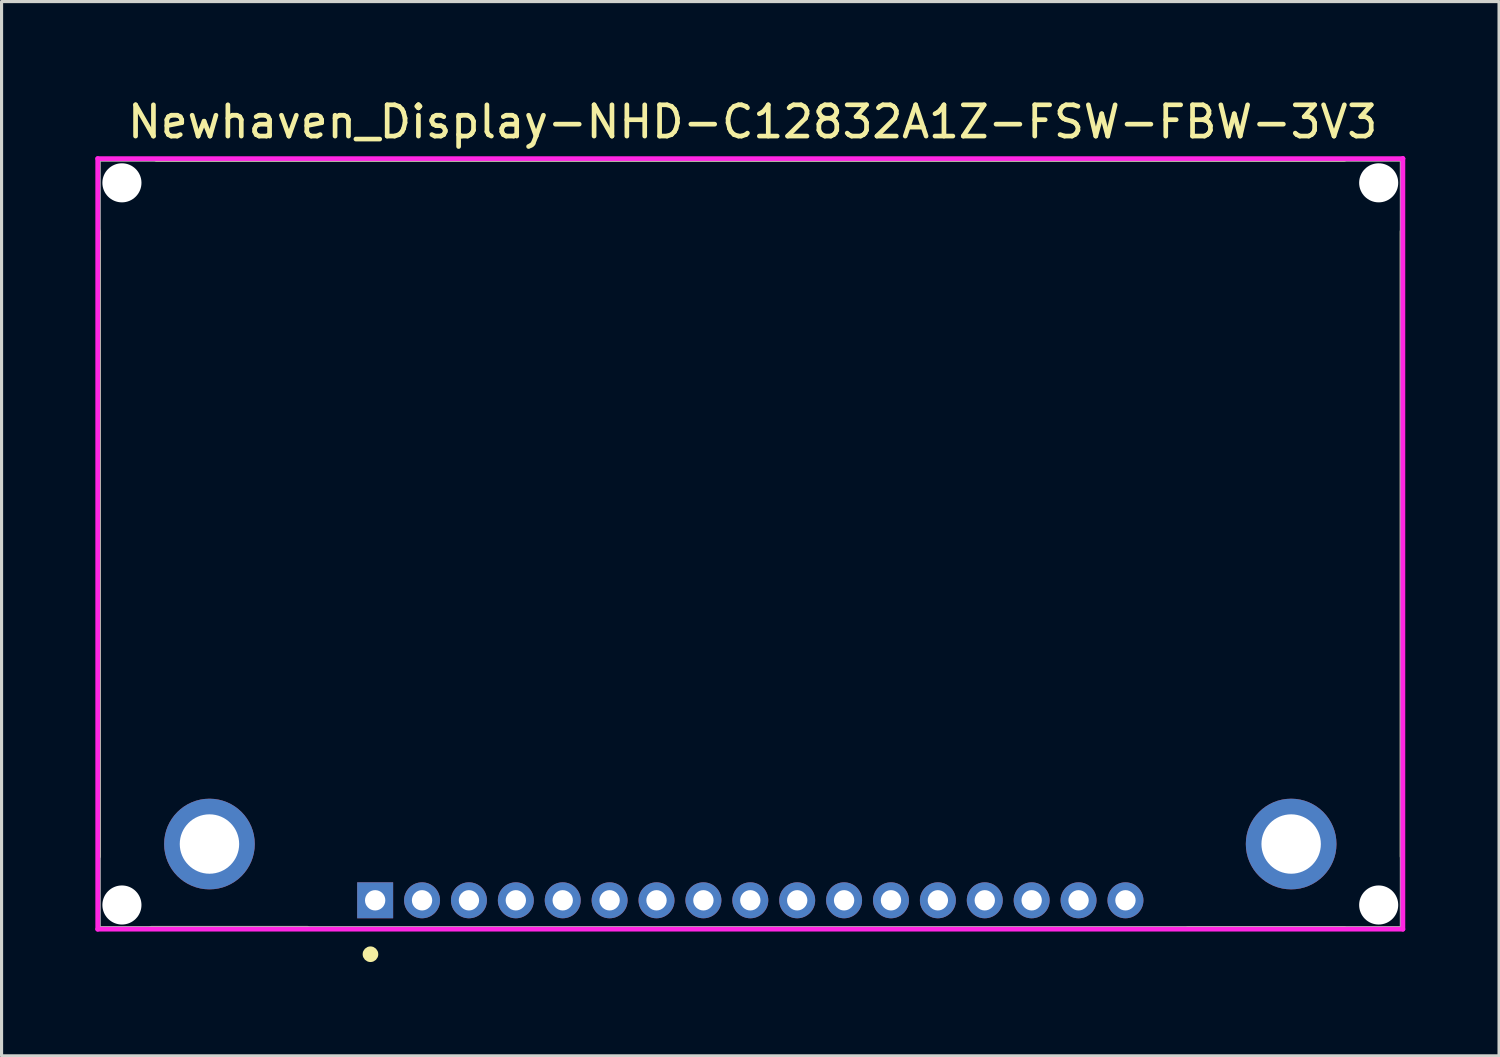
<source format=kicad_pcb>
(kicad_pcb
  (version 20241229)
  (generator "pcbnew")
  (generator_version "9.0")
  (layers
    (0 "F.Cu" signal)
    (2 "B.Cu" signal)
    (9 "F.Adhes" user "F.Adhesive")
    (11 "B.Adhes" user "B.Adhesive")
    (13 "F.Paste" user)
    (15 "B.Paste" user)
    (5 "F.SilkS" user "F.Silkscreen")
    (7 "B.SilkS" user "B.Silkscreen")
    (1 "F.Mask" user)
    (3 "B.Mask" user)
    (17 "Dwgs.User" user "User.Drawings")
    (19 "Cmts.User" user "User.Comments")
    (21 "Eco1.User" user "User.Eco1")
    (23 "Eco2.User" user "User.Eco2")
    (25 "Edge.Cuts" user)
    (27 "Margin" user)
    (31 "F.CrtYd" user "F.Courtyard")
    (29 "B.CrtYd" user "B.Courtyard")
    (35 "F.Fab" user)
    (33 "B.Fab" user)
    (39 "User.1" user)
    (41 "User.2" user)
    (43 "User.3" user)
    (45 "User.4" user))
  (footprint "Newhaven_Display-NHD-C12832A1Z-FSW-FBW-3V3"
    (layer "F.Cu")
    (at 20.95 14.348)
    (property "Reference" "Newhaven_Display-NHD-C12832A1Z-FSW-FBW-3V3" (at -20 -13.5 0) (layer "F.SilkS") (effects (font (size 1 1) (thickness 0.15)) (justify left)))
    (attr through_hole)
    (fp_line (start -20.85 10) (end -20.85 -10) (stroke (width 0.15) (type solid)) (layer "F.SilkS"))
    (fp_line (start -19 -12.3) (end 19 -12.3) (stroke (width 0.15) (type solid)) (layer "F.SilkS"))
    (fp_line (start -14.163 12.295) (end -19.163 12.295) (stroke (width 0.15) (type solid)) (layer "F.SilkS"))
    (fp_line (start 19 12.3) (end 14 12.3) (stroke (width 0.15) (type solid)) (layer "F.SilkS"))
    (fp_line (start 20.85 10) (end 20.85 -10) (stroke (width 0.15) (type solid)) (layer "F.SilkS"))
    (fp_circle (center -12.15 13.125) (end -12.025 13.125) (stroke (width 0.25) (type solid)) (fill no) (layer "F.SilkS"))
    (fp_line (start -20.875 -12.325) (end -20.875 12.325) (stroke (width 0.15) (type solid)) (layer "F.CrtYd"))
    (fp_line (start -20.875 12.325) (end 20.875 12.325) (stroke (width 0.15) (type solid)) (layer "F.CrtYd"))
    (fp_line (start 20.875 -12.325) (end -20.875 -12.325) (stroke (width 0.15) (type solid)) (layer "F.CrtYd"))
    (fp_line (start 20.875 -12.325) (end 20.875 -12.325) (stroke (width 0.15) (type solid)) (layer "F.CrtYd"))
    (fp_line (start 20.875 12.325) (end 20.875 -12.325) (stroke (width 0.15) (type solid)) (layer "F.CrtYd"))
    (fp_line (start -20.85 -12.3) (end 20.85 -12.3) (stroke (width 0.15) (type solid)) (layer "F.Fab"))
    (fp_line (start -20.85 12.3) (end -20.85 -12.3) (stroke (width 0.15) (type solid)) (layer "F.Fab"))
    (fp_line (start 20.85 -12.3) (end 20.85 12.3) (stroke (width 0.15) (type solid)) (layer "F.Fab"))
    (fp_line (start 20.85 12.3) (end -20.85 12.3) (stroke (width 0.15) (type solid)) (layer "F.Fab"))
    (pad "" np_thru_hole circle (at -20.1 -11.55) (size 1.25 1.25) (drill 1.25) (layers "*.Cu" "*.Mask"))
    (pad "" np_thru_hole circle (at -20.1 11.55) (size 1.25 1.25) (drill 1.25) (layers "*.Cu" "*.Mask"))
    (pad "" np_thru_hole circle (at 20.1 -11.55) (size 1.25 1.25) (drill 1.25) (layers "*.Cu" "*.Mask"))
    (pad "" np_thru_hole circle (at 20.1 11.55) (size 1.25 1.25) (drill 1.25) (layers "*.Cu" "*.Mask"))
    (pad "1" thru_hole rect (at -12 11.4) (size 1.15 1.15) (drill 0.65) (layers "*.Cu"))
    (pad "2" thru_hole circle (at -10.5 11.4) (size 1.15 1.15) (drill 0.65) (layers "*.Cu"))
    (pad "3" thru_hole circle (at -9 11.4) (size 1.15 1.15) (drill 0.65) (layers "*.Cu"))
    (pad "4" thru_hole circle (at -7.5 11.4) (size 1.15 1.15) (drill 0.65) (layers "*.Cu"))
    (pad "5" thru_hole circle (at -6 11.4) (size 1.15 1.15) (drill 0.65) (layers "*.Cu"))
    (pad "6" thru_hole circle (at -4.5 11.4) (size 1.15 1.15) (drill 0.65) (layers "*.Cu"))
    (pad "7" thru_hole circle (at -3 11.4) (size 1.15 1.15) (drill 0.65) (layers "*.Cu"))
    (pad "8" thru_hole circle (at -1.5 11.4) (size 1.15 1.15) (drill 0.65) (layers "*.Cu"))
    (pad "9" thru_hole circle (at 0 11.4) (size 1.15 1.15) (drill 0.65) (layers "*.Cu"))
    (pad "10" thru_hole circle (at 1.5 11.4) (size 1.15 1.15) (drill 0.65) (layers "*.Cu"))
    (pad "11" thru_hole circle (at 3 11.4) (size 1.15 1.15) (drill 0.65) (layers "*.Cu"))
    (pad "12" thru_hole circle (at 4.5 11.4) (size 1.15 1.15) (drill 0.65) (layers "*.Cu"))
    (pad "13" thru_hole circle (at 6 11.4) (size 1.15 1.15) (drill 0.65) (layers "*.Cu"))
    (pad "14" thru_hole circle (at 7.5 11.4) (size 1.15 1.15) (drill 0.65) (layers "*.Cu"))
    (pad "15" thru_hole circle (at 9 11.4) (size 1.15 1.15) (drill 0.65) (layers "*.Cu"))
    (pad "16" thru_hole circle (at 10.5 11.4) (size 1.15 1.15) (drill 0.65) (layers "*.Cu"))
    (pad "17" thru_hole circle (at 12 11.4) (size 1.15 1.15) (drill 0.65) (layers "*.Cu"))
    (pad "A" thru_hole circle (at -17.3 9.6) (size 2.9 2.9) (drill 1.9) (layers "*.Cu"))
    (pad "K" thru_hole circle (at 17.3 9.6) (size 2.9 2.9) (drill 1.9) (layers "*.Cu")))
  (gr_rect
    (start -3 -3)
    (end 44.9 30.723)
    (stroke (width 0.1) (type default))
    (fill no)
    (layer "Edge.Cuts")))
</source>
